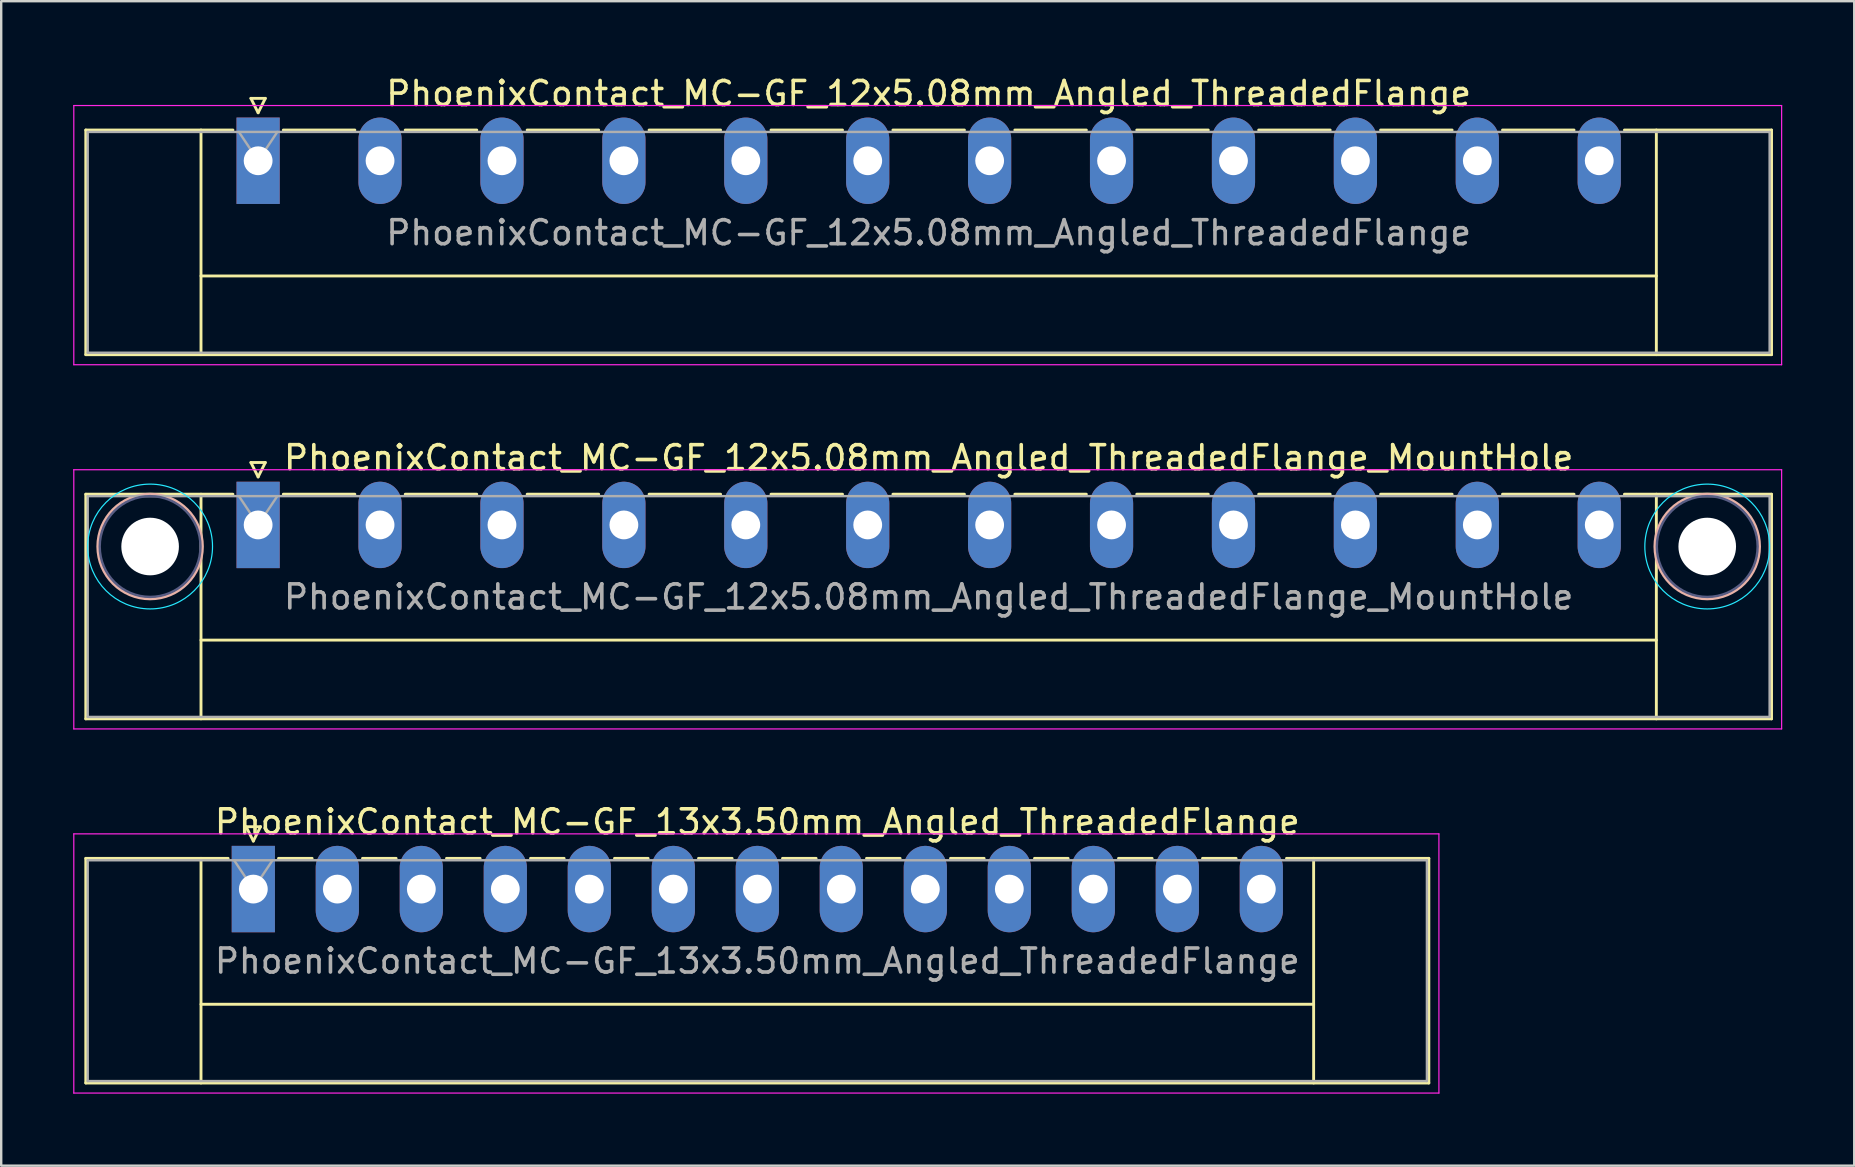
<source format=kicad_pcb>
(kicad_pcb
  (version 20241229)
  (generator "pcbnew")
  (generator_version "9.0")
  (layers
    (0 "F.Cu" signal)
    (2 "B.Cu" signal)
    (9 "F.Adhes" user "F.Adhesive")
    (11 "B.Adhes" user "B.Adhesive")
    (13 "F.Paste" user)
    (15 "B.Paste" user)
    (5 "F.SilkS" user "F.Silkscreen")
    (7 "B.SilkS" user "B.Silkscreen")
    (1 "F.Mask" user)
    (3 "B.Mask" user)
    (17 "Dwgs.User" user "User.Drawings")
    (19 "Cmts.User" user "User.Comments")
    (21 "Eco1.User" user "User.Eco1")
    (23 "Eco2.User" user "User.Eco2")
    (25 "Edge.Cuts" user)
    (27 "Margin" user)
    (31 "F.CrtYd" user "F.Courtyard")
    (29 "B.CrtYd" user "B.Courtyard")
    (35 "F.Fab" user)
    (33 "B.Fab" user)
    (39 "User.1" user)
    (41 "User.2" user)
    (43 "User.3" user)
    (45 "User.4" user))
  (footprint "PhoenixContact_MC-GF_12x5.08mm_Angled_ThreadedFlange"
    (layer "F.Cu")
    (at 7.705 3.648)
    (property "Reference" "PhoenixContact_MC-GF_12x5.08mm_Angled_ThreadedFlange" (at 27.94 -2.8 0) (layer "F.SilkS") (effects (font (size 1 1) (thickness 0.15))))
    (attr through_hole)
    (fp_line (start -7.18 -1.28) (end -7.18 8.08) (stroke (width 0.12) (type solid)) (layer "F.SilkS"))
    (fp_line (start -7.18 -1.28) (end -1.05 -1.28) (stroke (width 0.12) (type solid)) (layer "F.SilkS"))
    (fp_line (start -7.18 8.08) (end 63.06 8.08) (stroke (width 0.12) (type solid)) (layer "F.SilkS"))
    (fp_line (start -2.38 -1.28) (end -2.38 8.08) (stroke (width 0.12) (type solid)) (layer "F.SilkS"))
    (fp_line (start -2.38 4.8) (end 58.26 4.8) (stroke (width 0.12) (type solid)) (layer "F.SilkS"))
    (fp_line (start -0.3 -2.6) (end 0.3 -2.6) (stroke (width 0.12) (type solid)) (layer "F.SilkS"))
    (fp_line (start 0 -2) (end -0.3 -2.6) (stroke (width 0.12) (type solid)) (layer "F.SilkS"))
    (fp_line (start 0.3 -2.6) (end 0 -2) (stroke (width 0.12) (type solid)) (layer "F.SilkS"))
    (fp_line (start 1.05 -1.28) (end 4.03 -1.28) (stroke (width 0.12) (type solid)) (layer "F.SilkS"))
    (fp_line (start 6.13 -1.28) (end 9.11 -1.28) (stroke (width 0.12) (type solid)) (layer "F.SilkS"))
    (fp_line (start 11.21 -1.28) (end 14.19 -1.28) (stroke (width 0.12) (type solid)) (layer "F.SilkS"))
    (fp_line (start 16.29 -1.28) (end 19.27 -1.28) (stroke (width 0.12) (type solid)) (layer "F.SilkS"))
    (fp_line (start 21.37 -1.28) (end 24.35 -1.28) (stroke (width 0.12) (type solid)) (layer "F.SilkS"))
    (fp_line (start 26.45 -1.28) (end 29.43 -1.28) (stroke (width 0.12) (type solid)) (layer "F.SilkS"))
    (fp_line (start 31.53 -1.28) (end 34.51 -1.28) (stroke (width 0.12) (type solid)) (layer "F.SilkS"))
    (fp_line (start 36.61 -1.28) (end 39.59 -1.28) (stroke (width 0.12) (type solid)) (layer "F.SilkS"))
    (fp_line (start 41.69 -1.28) (end 44.67 -1.28) (stroke (width 0.12) (type solid)) (layer "F.SilkS"))
    (fp_line (start 46.77 -1.28) (end 49.75 -1.28) (stroke (width 0.12) (type solid)) (layer "F.SilkS"))
    (fp_line (start 51.85 -1.28) (end 54.83 -1.28) (stroke (width 0.12) (type solid)) (layer "F.SilkS"))
    (fp_line (start 58.26 -1.28) (end 58.26 8.08) (stroke (width 0.12) (type solid)) (layer "F.SilkS"))
    (fp_line (start 63.06 -1.28) (end 56.93 -1.28) (stroke (width 0.12) (type solid)) (layer "F.SilkS"))
    (fp_line (start 63.06 8.08) (end 63.06 -1.28) (stroke (width 0.12) (type solid)) (layer "F.SilkS"))
    (fp_line (start -7.68 -2.3) (end -7.68 8.5) (stroke (width 0.05) (type solid)) (layer "F.CrtYd"))
    (fp_line (start -7.68 8.5) (end 63.48 8.5) (stroke (width 0.05) (type solid)) (layer "F.CrtYd"))
    (fp_line (start 63.48 -2.3) (end -7.68 -2.3) (stroke (width 0.05) (type solid)) (layer "F.CrtYd"))
    (fp_line (start 63.48 8.5) (end 63.48 -2.3) (stroke (width 0.05) (type solid)) (layer "F.CrtYd"))
    (fp_line (start -7.1 -1.2) (end -7.1 8) (stroke (width 0.1) (type solid)) (layer "F.Fab"))
    (fp_line (start -7.1 8) (end 62.98 8) (stroke (width 0.1) (type solid)) (layer "F.Fab"))
    (fp_line (start 0 0) (end -0.8 -1.2) (stroke (width 0.1) (type solid)) (layer "F.Fab"))
    (fp_line (start 0.8 -1.2) (end 0 0) (stroke (width 0.1) (type solid)) (layer "F.Fab"))
    (fp_line (start 62.98 -1.2) (end -7.1 -1.2) (stroke (width 0.1) (type solid)) (layer "F.Fab"))
    (fp_line (start 62.98 8) (end 62.98 -1.2) (stroke (width 0.1) (type solid)) (layer "F.Fab"))
    (fp_text user "${REFERENCE}" (at 27.94 3 0) (layer "F.Fab") (effects (font (size 1 1) (thickness 0.15))))
    (pad "1" thru_hole rect (at 0 0) (size 1.8 3.6) (drill 1.2) (layers "*.Cu" "*.Mask"))
    (pad "2" thru_hole oval (at 5.08 0) (size 1.8 3.6) (drill 1.2) (layers "*.Cu" "*.Mask"))
    (pad "3" thru_hole oval (at 10.16 0) (size 1.8 3.6) (drill 1.2) (layers "*.Cu" "*.Mask"))
    (pad "4" thru_hole oval (at 15.24 0) (size 1.8 3.6) (drill 1.2) (layers "*.Cu" "*.Mask"))
    (pad "5" thru_hole oval (at 20.32 0) (size 1.8 3.6) (drill 1.2) (layers "*.Cu" "*.Mask"))
    (pad "6" thru_hole oval (at 25.4 0) (size 1.8 3.6) (drill 1.2) (layers "*.Cu" "*.Mask"))
    (pad "7" thru_hole oval (at 30.48 0) (size 1.8 3.6) (drill 1.2) (layers "*.Cu" "*.Mask"))
    (pad "8" thru_hole oval (at 35.56 0) (size 1.8 3.6) (drill 1.2) (layers "*.Cu" "*.Mask"))
    (pad "9" thru_hole oval (at 40.64 0) (size 1.8 3.6) (drill 1.2) (layers "*.Cu" "*.Mask"))
    (pad "10" thru_hole oval (at 45.72 0) (size 1.8 3.6) (drill 1.2) (layers "*.Cu" "*.Mask"))
    (pad "11" thru_hole oval (at 50.8 0) (size 1.8 3.6) (drill 1.2) (layers "*.Cu" "*.Mask"))
    (pad "12" thru_hole oval (at 55.88 0) (size 1.8 3.6) (drill 1.2) (layers "*.Cu" "*.Mask")))
  (footprint "PhoenixContact_MC-GF_12x5.08mm_Angled_ThreadedFlange_MountHole"
    (layer "F.Cu")
    (at 7.705 18.822)
    (property "Reference" "PhoenixContact_MC-GF_12x5.08mm_Angled_ThreadedFlange_MountHole" (at 27.94 -2.8 0) (layer "F.SilkS") (effects (font (size 1 1) (thickness 0.15))))
    (attr through_hole)
    (fp_line (start -7.18 -1.28) (end -7.18 8.08) (stroke (width 0.12) (type solid)) (layer "F.SilkS"))
    (fp_line (start -7.18 -1.28) (end -1.05 -1.28) (stroke (width 0.12) (type solid)) (layer "F.SilkS"))
    (fp_line (start -7.18 8.08) (end 63.06 8.08) (stroke (width 0.12) (type solid)) (layer "F.SilkS"))
    (fp_line (start -2.38 -1.28) (end -2.38 8.08) (stroke (width 0.12) (type solid)) (layer "F.SilkS"))
    (fp_line (start -2.38 4.8) (end 58.26 4.8) (stroke (width 0.12) (type solid)) (layer "F.SilkS"))
    (fp_line (start -0.3 -2.6) (end 0.3 -2.6) (stroke (width 0.12) (type solid)) (layer "F.SilkS"))
    (fp_line (start 0 -2) (end -0.3 -2.6) (stroke (width 0.12) (type solid)) (layer "F.SilkS"))
    (fp_line (start 0.3 -2.6) (end 0 -2) (stroke (width 0.12) (type solid)) (layer "F.SilkS"))
    (fp_line (start 1.05 -1.28) (end 4.03 -1.28) (stroke (width 0.12) (type solid)) (layer "F.SilkS"))
    (fp_line (start 6.13 -1.28) (end 9.11 -1.28) (stroke (width 0.12) (type solid)) (layer "F.SilkS"))
    (fp_line (start 11.21 -1.28) (end 14.19 -1.28) (stroke (width 0.12) (type solid)) (layer "F.SilkS"))
    (fp_line (start 16.29 -1.28) (end 19.27 -1.28) (stroke (width 0.12) (type solid)) (layer "F.SilkS"))
    (fp_line (start 21.37 -1.28) (end 24.35 -1.28) (stroke (width 0.12) (type solid)) (layer "F.SilkS"))
    (fp_line (start 26.45 -1.28) (end 29.43 -1.28) (stroke (width 0.12) (type solid)) (layer "F.SilkS"))
    (fp_line (start 31.53 -1.28) (end 34.51 -1.28) (stroke (width 0.12) (type solid)) (layer "F.SilkS"))
    (fp_line (start 36.61 -1.28) (end 39.59 -1.28) (stroke (width 0.12) (type solid)) (layer "F.SilkS"))
    (fp_line (start 41.69 -1.28) (end 44.67 -1.28) (stroke (width 0.12) (type solid)) (layer "F.SilkS"))
    (fp_line (start 46.77 -1.28) (end 49.75 -1.28) (stroke (width 0.12) (type solid)) (layer "F.SilkS"))
    (fp_line (start 51.85 -1.28) (end 54.83 -1.28) (stroke (width 0.12) (type solid)) (layer "F.SilkS"))
    (fp_line (start 58.26 -1.28) (end 58.26 8.08) (stroke (width 0.12) (type solid)) (layer "F.SilkS"))
    (fp_line (start 63.06 -1.28) (end 56.93 -1.28) (stroke (width 0.12) (type solid)) (layer "F.SilkS"))
    (fp_line (start 63.06 8.08) (end 63.06 -1.28) (stroke (width 0.12) (type solid)) (layer "F.SilkS"))
    (fp_circle (center -4.5 0.9) (end -2.32 0.9) (stroke (width 0.12) (type solid)) (fill no) (layer "B.SilkS"))
    (fp_circle (center 60.38 0.9) (end 62.56 0.9) (stroke (width 0.12) (type solid)) (fill no) (layer "B.SilkS"))
    (fp_circle (center -4.5 0.9) (end -1.9 0.9) (stroke (width 0.05) (type solid)) (fill no) (layer "B.CrtYd"))
    (fp_circle (center 60.38 0.9) (end 62.98 0.9) (stroke (width 0.05) (type solid)) (fill no) (layer "B.CrtYd"))
    (fp_line (start -7.68 -2.3) (end -7.68 8.5) (stroke (width 0.05) (type solid)) (layer "F.CrtYd"))
    (fp_line (start -7.68 8.5) (end 63.48 8.5) (stroke (width 0.05) (type solid)) (layer "F.CrtYd"))
    (fp_line (start 63.48 -2.3) (end -7.68 -2.3) (stroke (width 0.05) (type solid)) (layer "F.CrtYd"))
    (fp_line (start 63.48 8.5) (end 63.48 -2.3) (stroke (width 0.05) (type solid)) (layer "F.CrtYd"))
    (fp_circle (center -4.5 0.9) (end -2.4 0.9) (stroke (width 0.1) (type solid)) (fill no) (layer "B.Fab"))
    (fp_circle (center 60.38 0.9) (end 62.48 0.9) (stroke (width 0.1) (type solid)) (fill no) (layer "B.Fab"))
    (fp_line (start -7.1 -1.2) (end -7.1 8) (stroke (width 0.1) (type solid)) (layer "F.Fab"))
    (fp_line (start -7.1 8) (end 62.98 8) (stroke (width 0.1) (type solid)) (layer "F.Fab"))
    (fp_line (start 0 0) (end -0.8 -1.2) (stroke (width 0.1) (type solid)) (layer "F.Fab"))
    (fp_line (start 0.8 -1.2) (end 0 0) (stroke (width 0.1) (type solid)) (layer "F.Fab"))
    (fp_line (start 62.98 -1.2) (end -7.1 -1.2) (stroke (width 0.1) (type solid)) (layer "F.Fab"))
    (fp_line (start 62.98 8) (end 62.98 -1.2) (stroke (width 0.1) (type solid)) (layer "F.Fab"))
    (fp_text user "${REFERENCE}" (at 27.94 3 0) (layer "F.Fab") (effects (font (size 1 1) (thickness 0.15))))
    (pad "" np_thru_hole circle (at -4.5 0.9) (size 2.4 2.4) (drill 2.4) (layers "*.Cu" "*.Mask"))
    (pad "" np_thru_hole circle (at 60.38 0.9) (size 2.4 2.4) (drill 2.4) (layers "*.Cu" "*.Mask"))
    (pad "1" thru_hole rect (at 0 0) (size 1.8 3.6) (drill 1.2) (layers "*.Cu" "*.Mask"))
    (pad "2" thru_hole oval (at 5.08 0) (size 1.8 3.6) (drill 1.2) (layers "*.Cu" "*.Mask"))
    (pad "3" thru_hole oval (at 10.16 0) (size 1.8 3.6) (drill 1.2) (layers "*.Cu" "*.Mask"))
    (pad "4" thru_hole oval (at 15.24 0) (size 1.8 3.6) (drill 1.2) (layers "*.Cu" "*.Mask"))
    (pad "5" thru_hole oval (at 20.32 0) (size 1.8 3.6) (drill 1.2) (layers "*.Cu" "*.Mask"))
    (pad "6" thru_hole oval (at 25.4 0) (size 1.8 3.6) (drill 1.2) (layers "*.Cu" "*.Mask"))
    (pad "7" thru_hole oval (at 30.48 0) (size 1.8 3.6) (drill 1.2) (layers "*.Cu" "*.Mask"))
    (pad "8" thru_hole oval (at 35.56 0) (size 1.8 3.6) (drill 1.2) (layers "*.Cu" "*.Mask"))
    (pad "9" thru_hole oval (at 40.64 0) (size 1.8 3.6) (drill 1.2) (layers "*.Cu" "*.Mask"))
    (pad "10" thru_hole oval (at 45.72 0) (size 1.8 3.6) (drill 1.2) (layers "*.Cu" "*.Mask"))
    (pad "11" thru_hole oval (at 50.8 0) (size 1.8 3.6) (drill 1.2) (layers "*.Cu" "*.Mask"))
    (pad "12" thru_hole oval (at 55.88 0) (size 1.8 3.6) (drill 1.2) (layers "*.Cu" "*.Mask")))
  (footprint "PhoenixContact_MC-GF_13x3.50mm_Angled_ThreadedFlange"
    (layer "F.Cu")
    (at 7.505 33.995)
    (property "Reference" "PhoenixContact_MC-GF_13x3.50mm_Angled_ThreadedFlange" (at 21 -2.8 0) (layer "F.SilkS") (effects (font (size 1 1) (thickness 0.15))))
    (attr through_hole)
    (fp_line (start -6.98 -1.28) (end -6.98 8.08) (stroke (width 0.12) (type solid)) (layer "F.SilkS"))
    (fp_line (start -6.98 -1.28) (end -1.05 -1.28) (stroke (width 0.12) (type solid)) (layer "F.SilkS"))
    (fp_line (start -6.98 8.08) (end 48.98 8.08) (stroke (width 0.12) (type solid)) (layer "F.SilkS"))
    (fp_line (start -2.18 -1.28) (end -2.18 8.08) (stroke (width 0.12) (type solid)) (layer "F.SilkS"))
    (fp_line (start -2.18 4.8) (end 44.18 4.8) (stroke (width 0.12) (type solid)) (layer "F.SilkS"))
    (fp_line (start -0.3 -2.6) (end 0.3 -2.6) (stroke (width 0.12) (type solid)) (layer "F.SilkS"))
    (fp_line (start 0 -2) (end -0.3 -2.6) (stroke (width 0.12) (type solid)) (layer "F.SilkS"))
    (fp_line (start 0.3 -2.6) (end 0 -2) (stroke (width 0.12) (type solid)) (layer "F.SilkS"))
    (fp_line (start 1.05 -1.28) (end 2.45 -1.28) (stroke (width 0.12) (type solid)) (layer "F.SilkS"))
    (fp_line (start 4.55 -1.28) (end 5.95 -1.28) (stroke (width 0.12) (type solid)) (layer "F.SilkS"))
    (fp_line (start 8.05 -1.28) (end 9.45 -1.28) (stroke (width 0.12) (type solid)) (layer "F.SilkS"))
    (fp_line (start 11.55 -1.28) (end 12.95 -1.28) (stroke (width 0.12) (type solid)) (layer "F.SilkS"))
    (fp_line (start 15.05 -1.28) (end 16.45 -1.28) (stroke (width 0.12) (type solid)) (layer "F.SilkS"))
    (fp_line (start 18.55 -1.28) (end 19.95 -1.28) (stroke (width 0.12) (type solid)) (layer "F.SilkS"))
    (fp_line (start 22.05 -1.28) (end 23.45 -1.28) (stroke (width 0.12) (type solid)) (layer "F.SilkS"))
    (fp_line (start 25.55 -1.28) (end 26.95 -1.28) (stroke (width 0.12) (type solid)) (layer "F.SilkS"))
    (fp_line (start 29.05 -1.28) (end 30.45 -1.28) (stroke (width 0.12) (type solid)) (layer "F.SilkS"))
    (fp_line (start 32.55 -1.28) (end 33.95 -1.28) (stroke (width 0.12) (type solid)) (layer "F.SilkS"))
    (fp_line (start 36.05 -1.28) (end 37.45 -1.28) (stroke (width 0.12) (type solid)) (layer "F.SilkS"))
    (fp_line (start 39.55 -1.28) (end 40.95 -1.28) (stroke (width 0.12) (type solid)) (layer "F.SilkS"))
    (fp_line (start 44.18 -1.28) (end 44.18 8.08) (stroke (width 0.12) (type solid)) (layer "F.SilkS"))
    (fp_line (start 48.98 -1.28) (end 43.05 -1.28) (stroke (width 0.12) (type solid)) (layer "F.SilkS"))
    (fp_line (start 48.98 8.08) (end 48.98 -1.28) (stroke (width 0.12) (type solid)) (layer "F.SilkS"))
    (fp_line (start -7.48 -2.3) (end -7.48 8.5) (stroke (width 0.05) (type solid)) (layer "F.CrtYd"))
    (fp_line (start -7.48 8.5) (end 49.4 8.5) (stroke (width 0.05) (type solid)) (layer "F.CrtYd"))
    (fp_line (start 49.4 -2.3) (end -7.48 -2.3) (stroke (width 0.05) (type solid)) (layer "F.CrtYd"))
    (fp_line (start 49.4 8.5) (end 49.4 -2.3) (stroke (width 0.05) (type solid)) (layer "F.CrtYd"))
    (fp_line (start -6.9 -1.2) (end -6.9 8) (stroke (width 0.1) (type solid)) (layer "F.Fab"))
    (fp_line (start -6.9 8) (end 48.9 8) (stroke (width 0.1) (type solid)) (layer "F.Fab"))
    (fp_line (start 0 0) (end -0.8 -1.2) (stroke (width 0.1) (type solid)) (layer "F.Fab"))
    (fp_line (start 0.8 -1.2) (end 0 0) (stroke (width 0.1) (type solid)) (layer "F.Fab"))
    (fp_line (start 48.9 -1.2) (end -6.9 -1.2) (stroke (width 0.1) (type solid)) (layer "F.Fab"))
    (fp_line (start 48.9 8) (end 48.9 -1.2) (stroke (width 0.1) (type solid)) (layer "F.Fab"))
    (fp_text user "${REFERENCE}" (at 21 3 0) (layer "F.Fab") (effects (font (size 1 1) (thickness 0.15))))
    (pad "1" thru_hole rect (at 0 0) (size 1.8 3.6) (drill 1.2) (layers "*.Cu" "*.Mask"))
    (pad "2" thru_hole oval (at 3.5 0) (size 1.8 3.6) (drill 1.2) (layers "*.Cu" "*.Mask"))
    (pad "3" thru_hole oval (at 7 0) (size 1.8 3.6) (drill 1.2) (layers "*.Cu" "*.Mask"))
    (pad "4" thru_hole oval (at 10.5 0) (size 1.8 3.6) (drill 1.2) (layers "*.Cu" "*.Mask"))
    (pad "5" thru_hole oval (at 14 0) (size 1.8 3.6) (drill 1.2) (layers "*.Cu" "*.Mask"))
    (pad "6" thru_hole oval (at 17.5 0) (size 1.8 3.6) (drill 1.2) (layers "*.Cu" "*.Mask"))
    (pad "7" thru_hole oval (at 21 0) (size 1.8 3.6) (drill 1.2) (layers "*.Cu" "*.Mask"))
    (pad "8" thru_hole oval (at 24.5 0) (size 1.8 3.6) (drill 1.2) (layers "*.Cu" "*.Mask"))
    (pad "9" thru_hole oval (at 28 0) (size 1.8 3.6) (drill 1.2) (layers "*.Cu" "*.Mask"))
    (pad "10" thru_hole oval (at 31.5 0) (size 1.8 3.6) (drill 1.2) (layers "*.Cu" "*.Mask"))
    (pad "11" thru_hole oval (at 35 0) (size 1.8 3.6) (drill 1.2) (layers "*.Cu" "*.Mask"))
    (pad "12" thru_hole oval (at 38.5 0) (size 1.8 3.6) (drill 1.2) (layers "*.Cu" "*.Mask"))
    (pad "13" thru_hole oval (at 42 0) (size 1.8 3.6) (drill 1.2) (layers "*.Cu" "*.Mask")))
  (gr_rect
    (start -3 -3)
    (end 74.21 45.52)
    (stroke (width 0.1) (type default))
    (fill no)
    (layer "Edge.Cuts")))
</source>
